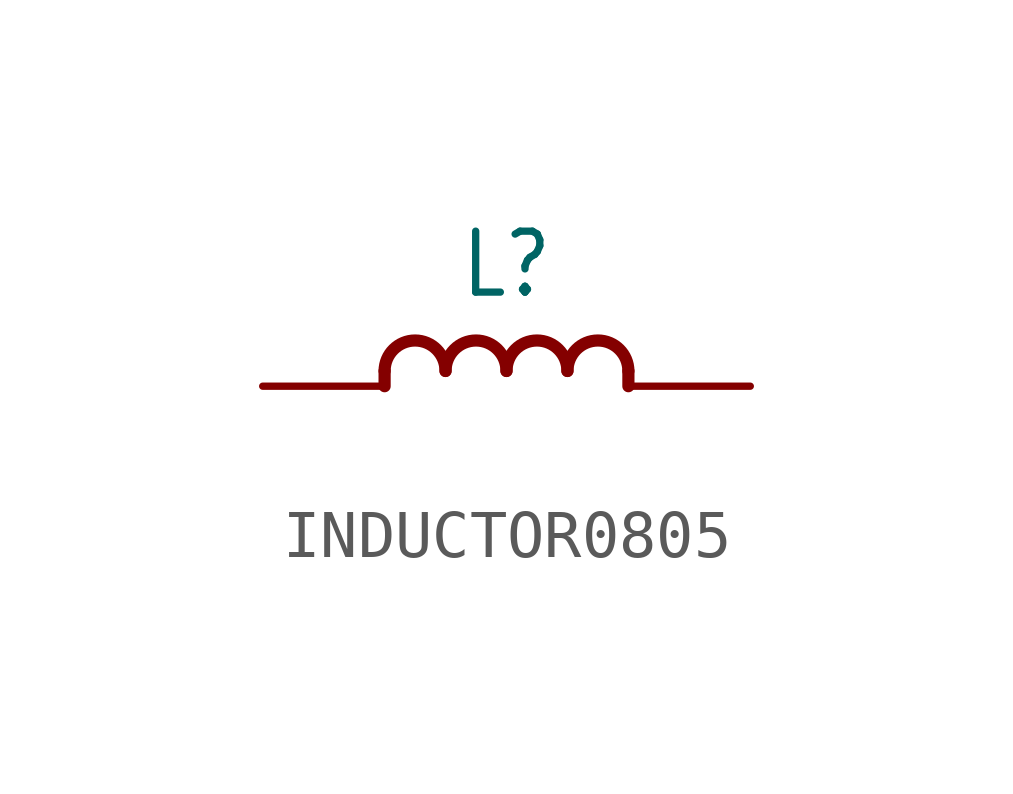
<source format=kicad_sym>
(kicad_symbol_lib
  (version 20231120)
  (generator "kicad_symbol_editor")
  (generator_version "8.0")
  (symbol "INDUCTOR0805"
    (property "Reference" "L"
      (at 0 2.54 0)
      (effects (font (size 1.27 1.079))))
    (property "Value" ""
      (at 0 -1.54 0)
      (effects (font (size 1.27 1.079))))
    (property "ki_locked" ""
      (at 0 0 0)
      (effects (font (size 1.27 1.27))))
    (symbol "INDUCTOR0805_1_0"
      (arc (start -1.27 0.3173) (mid -1.9049 0.9524) (end -2.54 0.3175) (stroke (width 0.254) (type solid)) (fill (type none)))
      (polyline (pts (xy -2.54 0.318) (xy -2.54 0)) (stroke (width 0.254) (type solid)) (fill (type none)))
      (polyline (pts (xy 2.54 0.318) (xy 2.54 0)) (stroke (width 0.254) (type solid)) (fill (type none)))
      (arc (start 0 0.3173) (mid -0.6349 0.9524) (end -1.27 0.3175) (stroke (width 0.254) (type solid)) (fill (type none)))
      (arc (start 1.27 0.3173) (mid 0.6351 0.9524) (end 0 0.3175) (stroke (width 0.254) (type solid)) (fill (type none)))
      (arc (start 2.54 0.3173) (mid 1.9051 0.9524) (end 1.27 0.3175) (stroke (width 0.254) (type solid)) (fill (type none)))
      (pin passive line (at -5.08 0 0) (length 2.54) (name "1" (effects (font (size 0 0)))) (number "1" (effects (font (size 0 0)))))
      (pin passive line (at 5.08 0 180) (length 2.54) (name "2" (effects (font (size 0 0)))) (number "2" (effects (font (size 0 0))))))))
</source>
